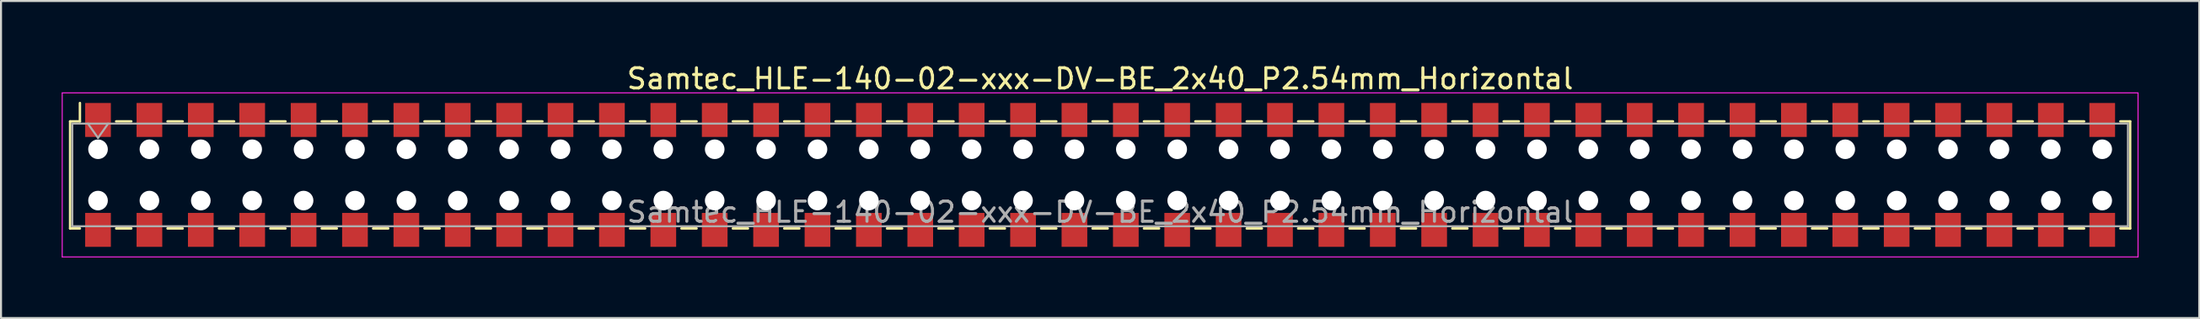
<source format=kicad_pcb>
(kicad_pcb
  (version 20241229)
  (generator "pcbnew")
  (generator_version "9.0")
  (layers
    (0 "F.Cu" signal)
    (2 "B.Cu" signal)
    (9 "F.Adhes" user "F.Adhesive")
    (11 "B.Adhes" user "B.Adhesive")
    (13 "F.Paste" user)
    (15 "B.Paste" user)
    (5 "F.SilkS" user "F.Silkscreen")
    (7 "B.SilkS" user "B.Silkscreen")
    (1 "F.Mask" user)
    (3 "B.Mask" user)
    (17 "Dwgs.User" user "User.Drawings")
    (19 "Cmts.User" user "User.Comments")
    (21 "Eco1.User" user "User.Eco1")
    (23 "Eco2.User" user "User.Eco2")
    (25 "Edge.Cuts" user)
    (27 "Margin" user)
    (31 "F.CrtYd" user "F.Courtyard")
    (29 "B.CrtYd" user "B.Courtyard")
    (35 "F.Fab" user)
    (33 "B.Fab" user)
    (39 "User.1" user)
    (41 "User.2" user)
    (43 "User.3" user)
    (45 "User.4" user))
  (footprint "Samtec_HLE-140-02-xxx-DV-BE_2x40_P2.54mm_Horizontal"
    (layer "F.Cu")
    (at 51.325 5.608)
    (property "Reference" "Samtec_HLE-140-02-xxx-DV-BE_2x40_P2.54mm_Horizontal" (at 0 -4.76 0) (layer "F.SilkS") (effects (font (size 1 1) (thickness 0.15))))
    (attr smd)
    (fp_line (start -50.91 -2.65) (end -50.91 2.65) (stroke (width 0.12) (type solid)) (layer "F.SilkS"))
    (fp_line (start -50.91 2.65) (end -50.425 2.65) (stroke (width 0.12) (type solid)) (layer "F.SilkS"))
    (fp_line (start -50.425 -3.56) (end -50.425 -2.65) (stroke (width 0.12) (type solid)) (layer "F.SilkS"))
    (fp_line (start -50.425 -2.65) (end -50.91 -2.65) (stroke (width 0.12) (type solid)) (layer "F.SilkS"))
    (fp_line (start -48.635 -2.65) (end -47.885 -2.65) (stroke (width 0.12) (type solid)) (layer "F.SilkS"))
    (fp_line (start -48.635 2.65) (end -47.885 2.65) (stroke (width 0.12) (type solid)) (layer "F.SilkS"))
    (fp_line (start -46.095 -2.65) (end -45.345 -2.65) (stroke (width 0.12) (type solid)) (layer "F.SilkS"))
    (fp_line (start -46.095 2.65) (end -45.345 2.65) (stroke (width 0.12) (type solid)) (layer "F.SilkS"))
    (fp_line (start -43.555 -2.65) (end -42.805 -2.65) (stroke (width 0.12) (type solid)) (layer "F.SilkS"))
    (fp_line (start -43.555 2.65) (end -42.805 2.65) (stroke (width 0.12) (type solid)) (layer "F.SilkS"))
    (fp_line (start -41.015 -2.65) (end -40.265 -2.65) (stroke (width 0.12) (type solid)) (layer "F.SilkS"))
    (fp_line (start -41.015 2.65) (end -40.265 2.65) (stroke (width 0.12) (type solid)) (layer "F.SilkS"))
    (fp_line (start -38.475 -2.65) (end -37.725 -2.65) (stroke (width 0.12) (type solid)) (layer "F.SilkS"))
    (fp_line (start -38.475 2.65) (end -37.725 2.65) (stroke (width 0.12) (type solid)) (layer "F.SilkS"))
    (fp_line (start -35.935 -2.65) (end -35.185 -2.65) (stroke (width 0.12) (type solid)) (layer "F.SilkS"))
    (fp_line (start -35.935 2.65) (end -35.185 2.65) (stroke (width 0.12) (type solid)) (layer "F.SilkS"))
    (fp_line (start -33.395 -2.65) (end -32.645 -2.65) (stroke (width 0.12) (type solid)) (layer "F.SilkS"))
    (fp_line (start -33.395 2.65) (end -32.645 2.65) (stroke (width 0.12) (type solid)) (layer "F.SilkS"))
    (fp_line (start -30.855 -2.65) (end -30.105 -2.65) (stroke (width 0.12) (type solid)) (layer "F.SilkS"))
    (fp_line (start -30.855 2.65) (end -30.105 2.65) (stroke (width 0.12) (type solid)) (layer "F.SilkS"))
    (fp_line (start -28.315 -2.65) (end -27.565 -2.65) (stroke (width 0.12) (type solid)) (layer "F.SilkS"))
    (fp_line (start -28.315 2.65) (end -27.565 2.65) (stroke (width 0.12) (type solid)) (layer "F.SilkS"))
    (fp_line (start -25.775 -2.65) (end -25.025 -2.65) (stroke (width 0.12) (type solid)) (layer "F.SilkS"))
    (fp_line (start -25.775 2.65) (end -25.025 2.65) (stroke (width 0.12) (type solid)) (layer "F.SilkS"))
    (fp_line (start -23.235 -2.65) (end -22.485 -2.65) (stroke (width 0.12) (type solid)) (layer "F.SilkS"))
    (fp_line (start -23.235 2.65) (end -22.485 2.65) (stroke (width 0.12) (type solid)) (layer "F.SilkS"))
    (fp_line (start -20.695 -2.65) (end -19.945 -2.65) (stroke (width 0.12) (type solid)) (layer "F.SilkS"))
    (fp_line (start -20.695 2.65) (end -19.945 2.65) (stroke (width 0.12) (type solid)) (layer "F.SilkS"))
    (fp_line (start -18.155 -2.65) (end -17.405 -2.65) (stroke (width 0.12) (type solid)) (layer "F.SilkS"))
    (fp_line (start -18.155 2.65) (end -17.405 2.65) (stroke (width 0.12) (type solid)) (layer "F.SilkS"))
    (fp_line (start -15.615 -2.65) (end -14.865 -2.65) (stroke (width 0.12) (type solid)) (layer "F.SilkS"))
    (fp_line (start -15.615 2.65) (end -14.865 2.65) (stroke (width 0.12) (type solid)) (layer "F.SilkS"))
    (fp_line (start -13.075 -2.65) (end -12.325 -2.65) (stroke (width 0.12) (type solid)) (layer "F.SilkS"))
    (fp_line (start -13.075 2.65) (end -12.325 2.65) (stroke (width 0.12) (type solid)) (layer "F.SilkS"))
    (fp_line (start -10.535 -2.65) (end -9.785 -2.65) (stroke (width 0.12) (type solid)) (layer "F.SilkS"))
    (fp_line (start -10.535 2.65) (end -9.785 2.65) (stroke (width 0.12) (type solid)) (layer "F.SilkS"))
    (fp_line (start -7.995 -2.65) (end -7.245 -2.65) (stroke (width 0.12) (type solid)) (layer "F.SilkS"))
    (fp_line (start -7.995 2.65) (end -7.245 2.65) (stroke (width 0.12) (type solid)) (layer "F.SilkS"))
    (fp_line (start -5.455 -2.65) (end -4.705 -2.65) (stroke (width 0.12) (type solid)) (layer "F.SilkS"))
    (fp_line (start -5.455 2.65) (end -4.705 2.65) (stroke (width 0.12) (type solid)) (layer "F.SilkS"))
    (fp_line (start -2.915 -2.65) (end -2.165 -2.65) (stroke (width 0.12) (type solid)) (layer "F.SilkS"))
    (fp_line (start -2.915 2.65) (end -2.165 2.65) (stroke (width 0.12) (type solid)) (layer "F.SilkS"))
    (fp_line (start -0.375 -2.65) (end 0.375 -2.65) (stroke (width 0.12) (type solid)) (layer "F.SilkS"))
    (fp_line (start -0.375 2.65) (end 0.375 2.65) (stroke (width 0.12) (type solid)) (layer "F.SilkS"))
    (fp_line (start 2.165 -2.65) (end 2.915 -2.65) (stroke (width 0.12) (type solid)) (layer "F.SilkS"))
    (fp_line (start 2.165 2.65) (end 2.915 2.65) (stroke (width 0.12) (type solid)) (layer "F.SilkS"))
    (fp_line (start 4.705 -2.65) (end 5.455 -2.65) (stroke (width 0.12) (type solid)) (layer "F.SilkS"))
    (fp_line (start 4.705 2.65) (end 5.455 2.65) (stroke (width 0.12) (type solid)) (layer "F.SilkS"))
    (fp_line (start 7.245 -2.65) (end 7.995 -2.65) (stroke (width 0.12) (type solid)) (layer "F.SilkS"))
    (fp_line (start 7.245 2.65) (end 7.995 2.65) (stroke (width 0.12) (type solid)) (layer "F.SilkS"))
    (fp_line (start 9.785 -2.65) (end 10.535 -2.65) (stroke (width 0.12) (type solid)) (layer "F.SilkS"))
    (fp_line (start 9.785 2.65) (end 10.535 2.65) (stroke (width 0.12) (type solid)) (layer "F.SilkS"))
    (fp_line (start 12.325 -2.65) (end 13.075 -2.65) (stroke (width 0.12) (type solid)) (layer "F.SilkS"))
    (fp_line (start 12.325 2.65) (end 13.075 2.65) (stroke (width 0.12) (type solid)) (layer "F.SilkS"))
    (fp_line (start 14.865 -2.65) (end 15.615 -2.65) (stroke (width 0.12) (type solid)) (layer "F.SilkS"))
    (fp_line (start 14.865 2.65) (end 15.615 2.65) (stroke (width 0.12) (type solid)) (layer "F.SilkS"))
    (fp_line (start 17.405 -2.65) (end 18.155 -2.65) (stroke (width 0.12) (type solid)) (layer "F.SilkS"))
    (fp_line (start 17.405 2.65) (end 18.155 2.65) (stroke (width 0.12) (type solid)) (layer "F.SilkS"))
    (fp_line (start 19.945 -2.65) (end 20.695 -2.65) (stroke (width 0.12) (type solid)) (layer "F.SilkS"))
    (fp_line (start 19.945 2.65) (end 20.695 2.65) (stroke (width 0.12) (type solid)) (layer "F.SilkS"))
    (fp_line (start 22.485 -2.65) (end 23.235 -2.65) (stroke (width 0.12) (type solid)) (layer "F.SilkS"))
    (fp_line (start 22.485 2.65) (end 23.235 2.65) (stroke (width 0.12) (type solid)) (layer "F.SilkS"))
    (fp_line (start 25.025 -2.65) (end 25.775 -2.65) (stroke (width 0.12) (type solid)) (layer "F.SilkS"))
    (fp_line (start 25.025 2.65) (end 25.775 2.65) (stroke (width 0.12) (type solid)) (layer "F.SilkS"))
    (fp_line (start 27.565 -2.65) (end 28.315 -2.65) (stroke (width 0.12) (type solid)) (layer "F.SilkS"))
    (fp_line (start 27.565 2.65) (end 28.315 2.65) (stroke (width 0.12) (type solid)) (layer "F.SilkS"))
    (fp_line (start 30.105 -2.65) (end 30.855 -2.65) (stroke (width 0.12) (type solid)) (layer "F.SilkS"))
    (fp_line (start 30.105 2.65) (end 30.855 2.65) (stroke (width 0.12) (type solid)) (layer "F.SilkS"))
    (fp_line (start 32.645 -2.65) (end 33.395 -2.65) (stroke (width 0.12) (type solid)) (layer "F.SilkS"))
    (fp_line (start 32.645 2.65) (end 33.395 2.65) (stroke (width 0.12) (type solid)) (layer "F.SilkS"))
    (fp_line (start 35.185 -2.65) (end 35.935 -2.65) (stroke (width 0.12) (type solid)) (layer "F.SilkS"))
    (fp_line (start 35.185 2.65) (end 35.935 2.65) (stroke (width 0.12) (type solid)) (layer "F.SilkS"))
    (fp_line (start 37.725 -2.65) (end 38.475 -2.65) (stroke (width 0.12) (type solid)) (layer "F.SilkS"))
    (fp_line (start 37.725 2.65) (end 38.475 2.65) (stroke (width 0.12) (type solid)) (layer "F.SilkS"))
    (fp_line (start 40.265 -2.65) (end 41.015 -2.65) (stroke (width 0.12) (type solid)) (layer "F.SilkS"))
    (fp_line (start 40.265 2.65) (end 41.015 2.65) (stroke (width 0.12) (type solid)) (layer "F.SilkS"))
    (fp_line (start 42.805 -2.65) (end 43.555 -2.65) (stroke (width 0.12) (type solid)) (layer "F.SilkS"))
    (fp_line (start 42.805 2.65) (end 43.555 2.65) (stroke (width 0.12) (type solid)) (layer "F.SilkS"))
    (fp_line (start 45.345 -2.65) (end 46.095 -2.65) (stroke (width 0.12) (type solid)) (layer "F.SilkS"))
    (fp_line (start 45.345 2.65) (end 46.095 2.65) (stroke (width 0.12) (type solid)) (layer "F.SilkS"))
    (fp_line (start 47.885 -2.65) (end 48.635 -2.65) (stroke (width 0.12) (type solid)) (layer "F.SilkS"))
    (fp_line (start 47.885 2.65) (end 48.635 2.65) (stroke (width 0.12) (type solid)) (layer "F.SilkS"))
    (fp_line (start 50.425 -2.65) (end 50.91 -2.65) (stroke (width 0.12) (type solid)) (layer "F.SilkS"))
    (fp_line (start 50.91 -2.65) (end 50.91 2.65) (stroke (width 0.12) (type solid)) (layer "F.SilkS"))
    (fp_line (start 50.91 2.65) (end 50.425 2.65) (stroke (width 0.12) (type solid)) (layer "F.SilkS"))
    (fp_line (start -51.3 -4.06) (end 51.3 -4.06) (stroke (width 0.05) (type solid)) (layer "F.CrtYd"))
    (fp_line (start -51.3 4.06) (end -51.3 -4.06) (stroke (width 0.05) (type solid)) (layer "F.CrtYd"))
    (fp_line (start 51.3 -4.06) (end 51.3 4.06) (stroke (width 0.05) (type solid)) (layer "F.CrtYd"))
    (fp_line (start 51.3 4.06) (end -51.3 4.06) (stroke (width 0.05) (type solid)) (layer "F.CrtYd"))
    (fp_line (start -50.8 -2.54) (end 50.8 -2.54) (stroke (width 0.1) (type solid)) (layer "F.Fab"))
    (fp_line (start -50.8 2.54) (end -50.8 -2.54) (stroke (width 0.1) (type solid)) (layer "F.Fab"))
    (fp_line (start -50.03 -2.54) (end -49.53 -1.833) (stroke (width 0.1) (type solid)) (layer "F.Fab"))
    (fp_line (start -49.53 -1.833) (end -49.03 -2.54) (stroke (width 0.1) (type solid)) (layer "F.Fab"))
    (fp_line (start 50.8 -2.54) (end 50.8 2.54) (stroke (width 0.1) (type solid)) (layer "F.Fab"))
    (fp_line (start 50.8 2.54) (end -50.8 2.54) (stroke (width 0.1) (type solid)) (layer "F.Fab"))
    (fp_text user "${REFERENCE}" (at 0 1.84 0) (layer "F.Fab") (effects (font (size 1 1) (thickness 0.15))))
    (pad "" np_thru_hole circle (at -49.53 -1.27) (size 0.97 0.97) (drill 0.97) (layers "*.Cu" "*.Mask"))
    (pad "" np_thru_hole circle (at -49.53 1.27) (size 0.97 0.97) (drill 0.97) (layers "*.Cu" "*.Mask"))
    (pad "" np_thru_hole circle (at -46.99 -1.27) (size 0.97 0.97) (drill 0.97) (layers "*.Cu" "*.Mask"))
    (pad "" np_thru_hole circle (at -46.99 1.27) (size 0.97 0.97) (drill 0.97) (layers "*.Cu" "*.Mask"))
    (pad "" np_thru_hole circle (at -44.45 -1.27) (size 0.97 0.97) (drill 0.97) (layers "*.Cu" "*.Mask"))
    (pad "" np_thru_hole circle (at -44.45 1.27) (size 0.97 0.97) (drill 0.97) (layers "*.Cu" "*.Mask"))
    (pad "" np_thru_hole circle (at -41.91 -1.27) (size 0.97 0.97) (drill 0.97) (layers "*.Cu" "*.Mask"))
    (pad "" np_thru_hole circle (at -41.91 1.27) (size 0.97 0.97) (drill 0.97) (layers "*.Cu" "*.Mask"))
    (pad "" np_thru_hole circle (at -39.37 -1.27) (size 0.97 0.97) (drill 0.97) (layers "*.Cu" "*.Mask"))
    (pad "" np_thru_hole circle (at -39.37 1.27) (size 0.97 0.97) (drill 0.97) (layers "*.Cu" "*.Mask"))
    (pad "" np_thru_hole circle (at -36.83 -1.27) (size 0.97 0.97) (drill 0.97) (layers "*.Cu" "*.Mask"))
    (pad "" np_thru_hole circle (at -36.83 1.27) (size 0.97 0.97) (drill 0.97) (layers "*.Cu" "*.Mask"))
    (pad "" np_thru_hole circle (at -34.29 -1.27) (size 0.97 0.97) (drill 0.97) (layers "*.Cu" "*.Mask"))
    (pad "" np_thru_hole circle (at -34.29 1.27) (size 0.97 0.97) (drill 0.97) (layers "*.Cu" "*.Mask"))
    (pad "" np_thru_hole circle (at -31.75 -1.27) (size 0.97 0.97) (drill 0.97) (layers "*.Cu" "*.Mask"))
    (pad "" np_thru_hole circle (at -31.75 1.27) (size 0.97 0.97) (drill 0.97) (layers "*.Cu" "*.Mask"))
    (pad "" np_thru_hole circle (at -29.21 -1.27) (size 0.97 0.97) (drill 0.97) (layers "*.Cu" "*.Mask"))
    (pad "" np_thru_hole circle (at -29.21 1.27) (size 0.97 0.97) (drill 0.97) (layers "*.Cu" "*.Mask"))
    (pad "" np_thru_hole circle (at -26.67 -1.27) (size 0.97 0.97) (drill 0.97) (layers "*.Cu" "*.Mask"))
    (pad "" np_thru_hole circle (at -26.67 1.27) (size 0.97 0.97) (drill 0.97) (layers "*.Cu" "*.Mask"))
    (pad "" np_thru_hole circle (at -24.13 -1.27) (size 0.97 0.97) (drill 0.97) (layers "*.Cu" "*.Mask"))
    (pad "" np_thru_hole circle (at -24.13 1.27) (size 0.97 0.97) (drill 0.97) (layers "*.Cu" "*.Mask"))
    (pad "" np_thru_hole circle (at -21.59 -1.27) (size 0.97 0.97) (drill 0.97) (layers "*.Cu" "*.Mask"))
    (pad "" np_thru_hole circle (at -21.59 1.27) (size 0.97 0.97) (drill 0.97) (layers "*.Cu" "*.Mask"))
    (pad "" np_thru_hole circle (at -19.05 -1.27) (size 0.97 0.97) (drill 0.97) (layers "*.Cu" "*.Mask"))
    (pad "" np_thru_hole circle (at -19.05 1.27) (size 0.97 0.97) (drill 0.97) (layers "*.Cu" "*.Mask"))
    (pad "" np_thru_hole circle (at -16.51 -1.27) (size 0.97 0.97) (drill 0.97) (layers "*.Cu" "*.Mask"))
    (pad "" np_thru_hole circle (at -16.51 1.27) (size 0.97 0.97) (drill 0.97) (layers "*.Cu" "*.Mask"))
    (pad "" np_thru_hole circle (at -13.97 -1.27) (size 0.97 0.97) (drill 0.97) (layers "*.Cu" "*.Mask"))
    (pad "" np_thru_hole circle (at -13.97 1.27) (size 0.97 0.97) (drill 0.97) (layers "*.Cu" "*.Mask"))
    (pad "" np_thru_hole circle (at -11.43 -1.27) (size 0.97 0.97) (drill 0.97) (layers "*.Cu" "*.Mask"))
    (pad "" np_thru_hole circle (at -11.43 1.27) (size 0.97 0.97) (drill 0.97) (layers "*.Cu" "*.Mask"))
    (pad "" np_thru_hole circle (at -8.89 -1.27) (size 0.97 0.97) (drill 0.97) (layers "*.Cu" "*.Mask"))
    (pad "" np_thru_hole circle (at -8.89 1.27) (size 0.97 0.97) (drill 0.97) (layers "*.Cu" "*.Mask"))
    (pad "" np_thru_hole circle (at -6.35 -1.27) (size 0.97 0.97) (drill 0.97) (layers "*.Cu" "*.Mask"))
    (pad "" np_thru_hole circle (at -6.35 1.27) (size 0.97 0.97) (drill 0.97) (layers "*.Cu" "*.Mask"))
    (pad "" np_thru_hole circle (at -3.81 -1.27) (size 0.97 0.97) (drill 0.97) (layers "*.Cu" "*.Mask"))
    (pad "" np_thru_hole circle (at -3.81 1.27) (size 0.97 0.97) (drill 0.97) (layers "*.Cu" "*.Mask"))
    (pad "" np_thru_hole circle (at -1.27 -1.27) (size 0.97 0.97) (drill 0.97) (layers "*.Cu" "*.Mask"))
    (pad "" np_thru_hole circle (at -1.27 1.27) (size 0.97 0.97) (drill 0.97) (layers "*.Cu" "*.Mask"))
    (pad "" np_thru_hole circle (at 1.27 -1.27) (size 0.97 0.97) (drill 0.97) (layers "*.Cu" "*.Mask"))
    (pad "" np_thru_hole circle (at 1.27 1.27) (size 0.97 0.97) (drill 0.97) (layers "*.Cu" "*.Mask"))
    (pad "" np_thru_hole circle (at 3.81 -1.27) (size 0.97 0.97) (drill 0.97) (layers "*.Cu" "*.Mask"))
    (pad "" np_thru_hole circle (at 3.81 1.27) (size 0.97 0.97) (drill 0.97) (layers "*.Cu" "*.Mask"))
    (pad "" np_thru_hole circle (at 6.35 -1.27) (size 0.97 0.97) (drill 0.97) (layers "*.Cu" "*.Mask"))
    (pad "" np_thru_hole circle (at 6.35 1.27) (size 0.97 0.97) (drill 0.97) (layers "*.Cu" "*.Mask"))
    (pad "" np_thru_hole circle (at 8.89 -1.27) (size 0.97 0.97) (drill 0.97) (layers "*.Cu" "*.Mask"))
    (pad "" np_thru_hole circle (at 8.89 1.27) (size 0.97 0.97) (drill 0.97) (layers "*.Cu" "*.Mask"))
    (pad "" np_thru_hole circle (at 11.43 -1.27) (size 0.97 0.97) (drill 0.97) (layers "*.Cu" "*.Mask"))
    (pad "" np_thru_hole circle (at 11.43 1.27) (size 0.97 0.97) (drill 0.97) (layers "*.Cu" "*.Mask"))
    (pad "" np_thru_hole circle (at 13.97 -1.27) (size 0.97 0.97) (drill 0.97) (layers "*.Cu" "*.Mask"))
    (pad "" np_thru_hole circle (at 13.97 1.27) (size 0.97 0.97) (drill 0.97) (layers "*.Cu" "*.Mask"))
    (pad "" np_thru_hole circle (at 16.51 -1.27) (size 0.97 0.97) (drill 0.97) (layers "*.Cu" "*.Mask"))
    (pad "" np_thru_hole circle (at 16.51 1.27) (size 0.97 0.97) (drill 0.97) (layers "*.Cu" "*.Mask"))
    (pad "" np_thru_hole circle (at 19.05 -1.27) (size 0.97 0.97) (drill 0.97) (layers "*.Cu" "*.Mask"))
    (pad "" np_thru_hole circle (at 19.05 1.27) (size 0.97 0.97) (drill 0.97) (layers "*.Cu" "*.Mask"))
    (pad "" np_thru_hole circle (at 21.59 -1.27) (size 0.97 0.97) (drill 0.97) (layers "*.Cu" "*.Mask"))
    (pad "" np_thru_hole circle (at 21.59 1.27) (size 0.97 0.97) (drill 0.97) (layers "*.Cu" "*.Mask"))
    (pad "" np_thru_hole circle (at 24.13 -1.27) (size 0.97 0.97) (drill 0.97) (layers "*.Cu" "*.Mask"))
    (pad "" np_thru_hole circle (at 24.13 1.27) (size 0.97 0.97) (drill 0.97) (layers "*.Cu" "*.Mask"))
    (pad "" np_thru_hole circle (at 26.67 -1.27) (size 0.97 0.97) (drill 0.97) (layers "*.Cu" "*.Mask"))
    (pad "" np_thru_hole circle (at 26.67 1.27) (size 0.97 0.97) (drill 0.97) (layers "*.Cu" "*.Mask"))
    (pad "" np_thru_hole circle (at 29.21 -1.27) (size 0.97 0.97) (drill 0.97) (layers "*.Cu" "*.Mask"))
    (pad "" np_thru_hole circle (at 29.21 1.27) (size 0.97 0.97) (drill 0.97) (layers "*.Cu" "*.Mask"))
    (pad "" np_thru_hole circle (at 31.75 -1.27) (size 0.97 0.97) (drill 0.97) (layers "*.Cu" "*.Mask"))
    (pad "" np_thru_hole circle (at 31.75 1.27) (size 0.97 0.97) (drill 0.97) (layers "*.Cu" "*.Mask"))
    (pad "" np_thru_hole circle (at 34.29 -1.27) (size 0.97 0.97) (drill 0.97) (layers "*.Cu" "*.Mask"))
    (pad "" np_thru_hole circle (at 34.29 1.27) (size 0.97 0.97) (drill 0.97) (layers "*.Cu" "*.Mask"))
    (pad "" np_thru_hole circle (at 36.83 -1.27) (size 0.97 0.97) (drill 0.97) (layers "*.Cu" "*.Mask"))
    (pad "" np_thru_hole circle (at 36.83 1.27) (size 0.97 0.97) (drill 0.97) (layers "*.Cu" "*.Mask"))
    (pad "" np_thru_hole circle (at 39.37 -1.27) (size 0.97 0.97) (drill 0.97) (layers "*.Cu" "*.Mask"))
    (pad "" np_thru_hole circle (at 39.37 1.27) (size 0.97 0.97) (drill 0.97) (layers "*.Cu" "*.Mask"))
    (pad "" np_thru_hole circle (at 41.91 -1.27) (size 0.97 0.97) (drill 0.97) (layers "*.Cu" "*.Mask"))
    (pad "" np_thru_hole circle (at 41.91 1.27) (size 0.97 0.97) (drill 0.97) (layers "*.Cu" "*.Mask"))
    (pad "" np_thru_hole circle (at 44.45 -1.27) (size 0.97 0.97) (drill 0.97) (layers "*.Cu" "*.Mask"))
    (pad "" np_thru_hole circle (at 44.45 1.27) (size 0.97 0.97) (drill 0.97) (layers "*.Cu" "*.Mask"))
    (pad "" np_thru_hole circle (at 46.99 -1.27) (size 0.97 0.97) (drill 0.97) (layers "*.Cu" "*.Mask"))
    (pad "" np_thru_hole circle (at 46.99 1.27) (size 0.97 0.97) (drill 0.97) (layers "*.Cu" "*.Mask"))
    (pad "" np_thru_hole circle (at 49.53 -1.27) (size 0.97 0.97) (drill 0.97) (layers "*.Cu" "*.Mask"))
    (pad "" np_thru_hole circle (at 49.53 1.27) (size 0.97 0.97) (drill 0.97) (layers "*.Cu" "*.Mask"))
    (pad "1" smd rect (at -49.53 -2.72) (size 1.27 1.68) (layers "F.Cu" "F.Mask" "F.Paste"))
    (pad "2" smd rect (at -49.53 2.72) (size 1.27 1.68) (layers "F.Cu" "F.Mask" "F.Paste"))
    (pad "3" smd rect (at -46.99 -2.72) (size 1.27 1.68) (layers "F.Cu" "F.Mask" "F.Paste"))
    (pad "4" smd rect (at -46.99 2.72) (size 1.27 1.68) (layers "F.Cu" "F.Mask" "F.Paste"))
    (pad "5" smd rect (at -44.45 -2.72) (size 1.27 1.68) (layers "F.Cu" "F.Mask" "F.Paste"))
    (pad "6" smd rect (at -44.45 2.72) (size 1.27 1.68) (layers "F.Cu" "F.Mask" "F.Paste"))
    (pad "7" smd rect (at -41.91 -2.72) (size 1.27 1.68) (layers "F.Cu" "F.Mask" "F.Paste"))
    (pad "8" smd rect (at -41.91 2.72) (size 1.27 1.68) (layers "F.Cu" "F.Mask" "F.Paste"))
    (pad "9" smd rect (at -39.37 -2.72) (size 1.27 1.68) (layers "F.Cu" "F.Mask" "F.Paste"))
    (pad "10" smd rect (at -39.37 2.72) (size 1.27 1.68) (layers "F.Cu" "F.Mask" "F.Paste"))
    (pad "11" smd rect (at -36.83 -2.72) (size 1.27 1.68) (layers "F.Cu" "F.Mask" "F.Paste"))
    (pad "12" smd rect (at -36.83 2.72) (size 1.27 1.68) (layers "F.Cu" "F.Mask" "F.Paste"))
    (pad "13" smd rect (at -34.29 -2.72) (size 1.27 1.68) (layers "F.Cu" "F.Mask" "F.Paste"))
    (pad "14" smd rect (at -34.29 2.72) (size 1.27 1.68) (layers "F.Cu" "F.Mask" "F.Paste"))
    (pad "15" smd rect (at -31.75 -2.72) (size 1.27 1.68) (layers "F.Cu" "F.Mask" "F.Paste"))
    (pad "16" smd rect (at -31.75 2.72) (size 1.27 1.68) (layers "F.Cu" "F.Mask" "F.Paste"))
    (pad "17" smd rect (at -29.21 -2.72) (size 1.27 1.68) (layers "F.Cu" "F.Mask" "F.Paste"))
    (pad "18" smd rect (at -29.21 2.72) (size 1.27 1.68) (layers "F.Cu" "F.Mask" "F.Paste"))
    (pad "19" smd rect (at -26.67 -2.72) (size 1.27 1.68) (layers "F.Cu" "F.Mask" "F.Paste"))
    (pad "20" smd rect (at -26.67 2.72) (size 1.27 1.68) (layers "F.Cu" "F.Mask" "F.Paste"))
    (pad "21" smd rect (at -24.13 -2.72) (size 1.27 1.68) (layers "F.Cu" "F.Mask" "F.Paste"))
    (pad "22" smd rect (at -24.13 2.72) (size 1.27 1.68) (layers "F.Cu" "F.Mask" "F.Paste"))
    (pad "23" smd rect (at -21.59 -2.72) (size 1.27 1.68) (layers "F.Cu" "F.Mask" "F.Paste"))
    (pad "24" smd rect (at -21.59 2.72) (size 1.27 1.68) (layers "F.Cu" "F.Mask" "F.Paste"))
    (pad "25" smd rect (at -19.05 -2.72) (size 1.27 1.68) (layers "F.Cu" "F.Mask" "F.Paste"))
    (pad "26" smd rect (at -19.05 2.72) (size 1.27 1.68) (layers "F.Cu" "F.Mask" "F.Paste"))
    (pad "27" smd rect (at -16.51 -2.72) (size 1.27 1.68) (layers "F.Cu" "F.Mask" "F.Paste"))
    (pad "28" smd rect (at -16.51 2.72) (size 1.27 1.68) (layers "F.Cu" "F.Mask" "F.Paste"))
    (pad "29" smd rect (at -13.97 -2.72) (size 1.27 1.68) (layers "F.Cu" "F.Mask" "F.Paste"))
    (pad "30" smd rect (at -13.97 2.72) (size 1.27 1.68) (layers "F.Cu" "F.Mask" "F.Paste"))
    (pad "31" smd rect (at -11.43 -2.72) (size 1.27 1.68) (layers "F.Cu" "F.Mask" "F.Paste"))
    (pad "32" smd rect (at -11.43 2.72) (size 1.27 1.68) (layers "F.Cu" "F.Mask" "F.Paste"))
    (pad "33" smd rect (at -8.89 -2.72) (size 1.27 1.68) (layers "F.Cu" "F.Mask" "F.Paste"))
    (pad "34" smd rect (at -8.89 2.72) (size 1.27 1.68) (layers "F.Cu" "F.Mask" "F.Paste"))
    (pad "35" smd rect (at -6.35 -2.72) (size 1.27 1.68) (layers "F.Cu" "F.Mask" "F.Paste"))
    (pad "36" smd rect (at -6.35 2.72) (size 1.27 1.68) (layers "F.Cu" "F.Mask" "F.Paste"))
    (pad "37" smd rect (at -3.81 -2.72) (size 1.27 1.68) (layers "F.Cu" "F.Mask" "F.Paste"))
    (pad "38" smd rect (at -3.81 2.72) (size 1.27 1.68) (layers "F.Cu" "F.Mask" "F.Paste"))
    (pad "39" smd rect (at -1.27 -2.72) (size 1.27 1.68) (layers "F.Cu" "F.Mask" "F.Paste"))
    (pad "40" smd rect (at -1.27 2.72) (size 1.27 1.68) (layers "F.Cu" "F.Mask" "F.Paste"))
    (pad "41" smd rect (at 1.27 -2.72) (size 1.27 1.68) (layers "F.Cu" "F.Mask" "F.Paste"))
    (pad "42" smd rect (at 1.27 2.72) (size 1.27 1.68) (layers "F.Cu" "F.Mask" "F.Paste"))
    (pad "43" smd rect (at 3.81 -2.72) (size 1.27 1.68) (layers "F.Cu" "F.Mask" "F.Paste"))
    (pad "44" smd rect (at 3.81 2.72) (size 1.27 1.68) (layers "F.Cu" "F.Mask" "F.Paste"))
    (pad "45" smd rect (at 6.35 -2.72) (size 1.27 1.68) (layers "F.Cu" "F.Mask" "F.Paste"))
    (pad "46" smd rect (at 6.35 2.72) (size 1.27 1.68) (layers "F.Cu" "F.Mask" "F.Paste"))
    (pad "47" smd rect (at 8.89 -2.72) (size 1.27 1.68) (layers "F.Cu" "F.Mask" "F.Paste"))
    (pad "48" smd rect (at 8.89 2.72) (size 1.27 1.68) (layers "F.Cu" "F.Mask" "F.Paste"))
    (pad "49" smd rect (at 11.43 -2.72) (size 1.27 1.68) (layers "F.Cu" "F.Mask" "F.Paste"))
    (pad "50" smd rect (at 11.43 2.72) (size 1.27 1.68) (layers "F.Cu" "F.Mask" "F.Paste"))
    (pad "51" smd rect (at 13.97 -2.72) (size 1.27 1.68) (layers "F.Cu" "F.Mask" "F.Paste"))
    (pad "52" smd rect (at 13.97 2.72) (size 1.27 1.68) (layers "F.Cu" "F.Mask" "F.Paste"))
    (pad "53" smd rect (at 16.51 -2.72) (size 1.27 1.68) (layers "F.Cu" "F.Mask" "F.Paste"))
    (pad "54" smd rect (at 16.51 2.72) (size 1.27 1.68) (layers "F.Cu" "F.Mask" "F.Paste"))
    (pad "55" smd rect (at 19.05 -2.72) (size 1.27 1.68) (layers "F.Cu" "F.Mask" "F.Paste"))
    (pad "56" smd rect (at 19.05 2.72) (size 1.27 1.68) (layers "F.Cu" "F.Mask" "F.Paste"))
    (pad "57" smd rect (at 21.59 -2.72) (size 1.27 1.68) (layers "F.Cu" "F.Mask" "F.Paste"))
    (pad "58" smd rect (at 21.59 2.72) (size 1.27 1.68) (layers "F.Cu" "F.Mask" "F.Paste"))
    (pad "59" smd rect (at 24.13 -2.72) (size 1.27 1.68) (layers "F.Cu" "F.Mask" "F.Paste"))
    (pad "60" smd rect (at 24.13 2.72) (size 1.27 1.68) (layers "F.Cu" "F.Mask" "F.Paste"))
    (pad "61" smd rect (at 26.67 -2.72) (size 1.27 1.68) (layers "F.Cu" "F.Mask" "F.Paste"))
    (pad "62" smd rect (at 26.67 2.72) (size 1.27 1.68) (layers "F.Cu" "F.Mask" "F.Paste"))
    (pad "63" smd rect (at 29.21 -2.72) (size 1.27 1.68) (layers "F.Cu" "F.Mask" "F.Paste"))
    (pad "64" smd rect (at 29.21 2.72) (size 1.27 1.68) (layers "F.Cu" "F.Mask" "F.Paste"))
    (pad "65" smd rect (at 31.75 -2.72) (size 1.27 1.68) (layers "F.Cu" "F.Mask" "F.Paste"))
    (pad "66" smd rect (at 31.75 2.72) (size 1.27 1.68) (layers "F.Cu" "F.Mask" "F.Paste"))
    (pad "67" smd rect (at 34.29 -2.72) (size 1.27 1.68) (layers "F.Cu" "F.Mask" "F.Paste"))
    (pad "68" smd rect (at 34.29 2.72) (size 1.27 1.68) (layers "F.Cu" "F.Mask" "F.Paste"))
    (pad "69" smd rect (at 36.83 -2.72) (size 1.27 1.68) (layers "F.Cu" "F.Mask" "F.Paste"))
    (pad "70" smd rect (at 36.83 2.72) (size 1.27 1.68) (layers "F.Cu" "F.Mask" "F.Paste"))
    (pad "71" smd rect (at 39.37 -2.72) (size 1.27 1.68) (layers "F.Cu" "F.Mask" "F.Paste"))
    (pad "72" smd rect (at 39.37 2.72) (size 1.27 1.68) (layers "F.Cu" "F.Mask" "F.Paste"))
    (pad "73" smd rect (at 41.91 -2.72) (size 1.27 1.68) (layers "F.Cu" "F.Mask" "F.Paste"))
    (pad "74" smd rect (at 41.91 2.72) (size 1.27 1.68) (layers "F.Cu" "F.Mask" "F.Paste"))
    (pad "75" smd rect (at 44.45 -2.72) (size 1.27 1.68) (layers "F.Cu" "F.Mask" "F.Paste"))
    (pad "76" smd rect (at 44.45 2.72) (size 1.27 1.68) (layers "F.Cu" "F.Mask" "F.Paste"))
    (pad "77" smd rect (at 46.99 -2.72) (size 1.27 1.68) (layers "F.Cu" "F.Mask" "F.Paste"))
    (pad "78" smd rect (at 46.99 2.72) (size 1.27 1.68) (layers "F.Cu" "F.Mask" "F.Paste"))
    (pad "79" smd rect (at 49.53 -2.72) (size 1.27 1.68) (layers "F.Cu" "F.Mask" "F.Paste"))
    (pad "80" smd rect (at 49.53 2.72) (size 1.27 1.68) (layers "F.Cu" "F.Mask" "F.Paste")))
  (gr_rect
    (start -3 -3)
    (end 105.65 12.693)
    (stroke (width 0.1) (type default))
    (fill no)
    (layer "Edge.Cuts")))
</source>
